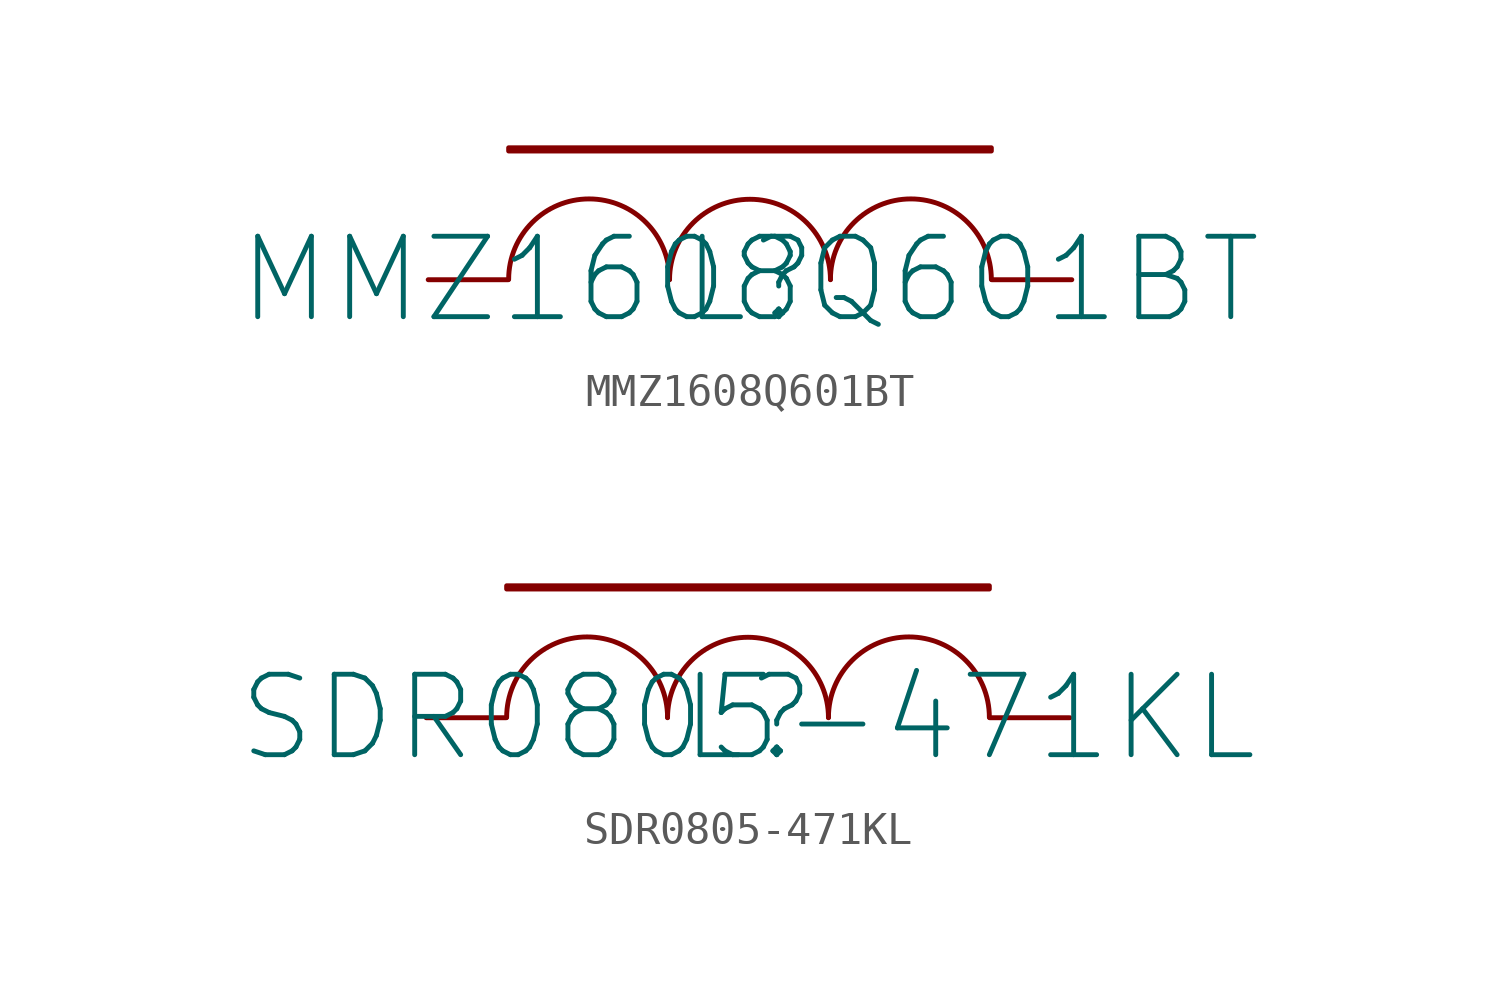
<source format=kicad_sym>
(kicad_symbol_lib
  (version 20220914)
  (generator kicad_symbol_editor)
  (symbol "MMZ1608Q601BT"
    (pin_numbers hide)
    (pin_names hide)
    (property "Reference" "L"
      (at 0 0 0)
      (effects (font (size 2.5 2.5))))
    (property "Value" "MMZ1608Q601BT"
      (at 0 0 0)
      (effects (font (size 2.5 2.5))))
    (symbol "MMZ1608Q601BT_0_1"
      (arc (start -2.5 0.0109) (mid -5 2.5) (end -7.5 0.0109) (stroke (width 0) (type default)) (fill (type none)))
      (arc (start 2.5 0) (mid 0 2.4891) (end -2.5 0) (stroke (width 0) (type default)) (fill (type none)))
      (arc (start 7.5 0.0109) (mid 5 2.5) (end 2.5 0.0109) (stroke (width 0) (type default)) (fill (type none))))
    (symbol "MMZ1608Q601BT_1_1"
      (rectangle (start -7.5 4.1) (end 7.5 4) (stroke (width 0) (type default)) (fill (type none)))
      (pin input line (at -10 0 0) (length 2.489) (name "1" (effects (font (size 2.489 2.489)))) (number "1" (effects (font (size 2.489 2.489)))))
      (pin input line (at 10 0 180) (length 2.489) (name "2" (effects (font (size 2.489 2.489)))) (number "2" (effects (font (size 2.489 2.489)))))))
  (symbol "SDR0805-471KL"
    (pin_numbers hide)
    (pin_names hide)
    (property "Reference" "L"
      (at 0 0 0)
      (effects (font (size 2.5 2.5))))
    (property "Value" "SDR0805-471KL"
      (at 0 0 0)
      (effects (font (size 2.5 2.5))))
    (symbol "SDR0805-471KL_0_1"
      (arc (start -2.5 0.0109) (mid -5 2.5) (end -7.5 0.0109) (stroke (width 0) (type default)) (fill (type none)))
      (arc (start 2.5 0) (mid 0 2.4891) (end -2.5 0) (stroke (width 0) (type default)) (fill (type none)))
      (arc (start 7.5 0.0109) (mid 5 2.5) (end 2.5 0.0109) (stroke (width 0) (type default)) (fill (type none))))
    (symbol "SDR0805-471KL_1_1"
      (rectangle (start -7.5 4.1) (end 7.5 4) (stroke (width 0) (type default)) (fill (type none)))
      (pin input line (at -10 0 0) (length 2.489) (name "1" (effects (font (size 2.489 2.489)))) (number "1" (effects (font (size 2.489 2.489)))))
      (pin input line (at 10 0 180) (length 2.489) (name "2" (effects (font (size 2.489 2.489)))) (number "2" (effects (font (size 2.489 2.489))))))))
</source>
